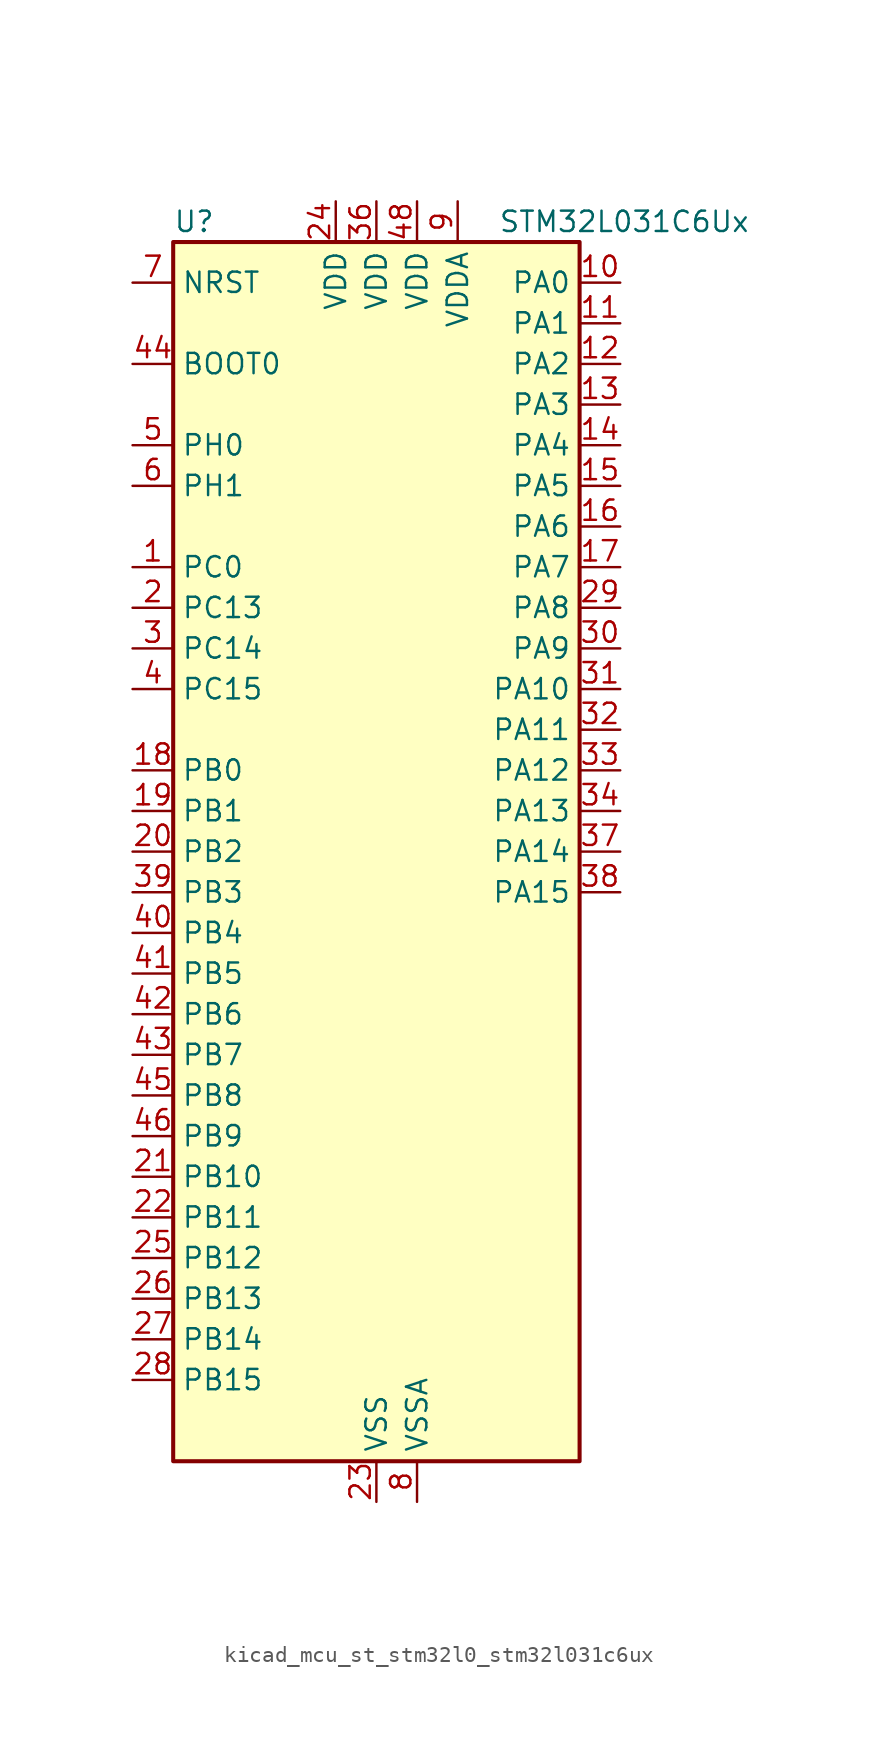
<source format=kicad_sym>
(kicad_symbol_lib
  (version 20220914)
  (generator kicad_symbol_editor)
  (symbol "kicad_mcu_st_stm32l0_stm32l031c6ux"
    (property "Reference" "U"
      (at -12.7 39.37 0)
      (effects (font (size 1.27 1.27)) (justify left)))
    (property "Value" "STM32L031C6Ux"
      (at 7.62 39.37 0)
      (effects (font (size 1.27 1.27)) (justify left)))
    (property "ki_locked" ""
      (at 0 0 0)
      (effects (font (size 1.27 1.27))))
    (symbol "kicad_mcu_st_stm32l0_stm32l031c6ux_0_1"
      (rectangle (start -12.7 -38.1) (end 12.7 38.1) (stroke (width 0.254) (type default)) (fill (type background))))
    (symbol "kicad_mcu_st_stm32l0_stm32l031c6ux_1_1"
      (pin bidirectional line (at -15.24 17.78 0) (length 2.54) (name "PC0" (effects (font (size 1.27 1.27)))) (number "1" (effects (font (size 1.27 1.27)))) (alternate "LPTIM1_IN1" bidirectional line) (alternate "LPUART1_RX" bidirectional line))
      (pin bidirectional line (at 15.24 35.56 180) (length 2.54) (name "PA0" (effects (font (size 1.27 1.27)))) (number "10" (effects (font (size 1.27 1.27)))) (alternate "ADC_IN0" bidirectional line) (alternate "COMP1_INM" bidirectional line) (alternate "COMP1_OUT" bidirectional line) (alternate "LPTIM1_IN1" bidirectional line) (alternate "RTC_TAMP2" bidirectional line) (alternate "SYS_WKUP1" bidirectional line) (alternate "TIM2_CH1" bidirectional line) (alternate "TIM2_ETR" bidirectional line) (alternate "USART2_CTS" bidirectional line))
      (pin bidirectional line (at 15.24 33.02 180) (length 2.54) (name "PA1" (effects (font (size 1.27 1.27)))) (number "11" (effects (font (size 1.27 1.27)))) (alternate "ADC_IN1" bidirectional line) (alternate "COMP1_INP" bidirectional line) (alternate "I2C1_SMBA" bidirectional line) (alternate "LPTIM1_IN2" bidirectional line) (alternate "TIM21_ETR" bidirectional line) (alternate "TIM2_CH2" bidirectional line) (alternate "USART2_DE" bidirectional line) (alternate "USART2_RTS" bidirectional line))
      (pin bidirectional line (at 15.24 30.48 180) (length 2.54) (name "PA2" (effects (font (size 1.27 1.27)))) (number "12" (effects (font (size 1.27 1.27)))) (alternate "ADC_IN2" bidirectional line) (alternate "COMP2_INM" bidirectional line) (alternate "COMP2_OUT" bidirectional line) (alternate "LPUART1_TX" bidirectional line) (alternate "RTC_OUT_ALARM" bidirectional line) (alternate "RTC_OUT_CALIB" bidirectional line) (alternate "RTC_TAMP3" bidirectional line) (alternate "RTC_TS" bidirectional line) (alternate "SYS_WKUP3" bidirectional line) (alternate "TIM21_CH1" bidirectional line) (alternate "TIM2_CH3" bidirectional line) (alternate "USART2_TX" bidirectional line))
      (pin bidirectional line (at 15.24 27.94 180) (length 2.54) (name "PA3" (effects (font (size 1.27 1.27)))) (number "13" (effects (font (size 1.27 1.27)))) (alternate "ADC_IN3" bidirectional line) (alternate "COMP2_INP" bidirectional line) (alternate "LPUART1_RX" bidirectional line) (alternate "TIM21_CH2" bidirectional line) (alternate "TIM2_CH4" bidirectional line) (alternate "USART2_RX" bidirectional line))
      (pin bidirectional line (at 15.24 25.4 180) (length 2.54) (name "PA4" (effects (font (size 1.27 1.27)))) (number "14" (effects (font (size 1.27 1.27)))) (alternate "ADC_IN4" bidirectional line) (alternate "COMP1_INM" bidirectional line) (alternate "COMP2_INM" bidirectional line) (alternate "LPTIM1_IN1" bidirectional line) (alternate "SPI1_NSS" bidirectional line) (alternate "TIM22_ETR" bidirectional line) (alternate "USART2_CK" bidirectional line))
      (pin bidirectional line (at 15.24 22.86 180) (length 2.54) (name "PA5" (effects (font (size 1.27 1.27)))) (number "15" (effects (font (size 1.27 1.27)))) (alternate "ADC_IN5" bidirectional line) (alternate "COMP1_INM" bidirectional line) (alternate "COMP2_INM" bidirectional line) (alternate "LPTIM1_IN2" bidirectional line) (alternate "SPI1_SCK" bidirectional line) (alternate "TIM2_CH1" bidirectional line) (alternate "TIM2_ETR" bidirectional line))
      (pin bidirectional line (at 15.24 20.32 180) (length 2.54) (name "PA6" (effects (font (size 1.27 1.27)))) (number "16" (effects (font (size 1.27 1.27)))) (alternate "ADC_IN6" bidirectional line) (alternate "COMP1_OUT" bidirectional line) (alternate "LPTIM1_ETR" bidirectional line) (alternate "LPUART1_CTS" bidirectional line) (alternate "SPI1_MISO" bidirectional line) (alternate "TIM22_CH1" bidirectional line))
      (pin bidirectional line (at 15.24 17.78 180) (length 2.54) (name "PA7" (effects (font (size 1.27 1.27)))) (number "17" (effects (font (size 1.27 1.27)))) (alternate "ADC_IN7" bidirectional line) (alternate "COMP2_OUT" bidirectional line) (alternate "LPTIM1_OUT" bidirectional line) (alternate "SPI1_MOSI" bidirectional line) (alternate "TIM22_CH2" bidirectional line) (alternate "USART2_CTS" bidirectional line))
      (pin bidirectional line (at -15.24 5.08 0) (length 2.54) (name "PB0" (effects (font (size 1.27 1.27)))) (number "18" (effects (font (size 1.27 1.27)))) (alternate "ADC_IN8" bidirectional line) (alternate "SPI1_MISO" bidirectional line) (alternate "SYS_VREF_OUT_PB0" bidirectional line) (alternate "TIM2_CH3" bidirectional line) (alternate "USART2_DE" bidirectional line) (alternate "USART2_RTS" bidirectional line))
      (pin bidirectional line (at -15.24 2.54 0) (length 2.54) (name "PB1" (effects (font (size 1.27 1.27)))) (number "19" (effects (font (size 1.27 1.27)))) (alternate "ADC_IN9" bidirectional line) (alternate "LPUART1_DE" bidirectional line) (alternate "LPUART1_RTS" bidirectional line) (alternate "SPI1_MOSI" bidirectional line) (alternate "SYS_VREF_OUT_PB1" bidirectional line) (alternate "TIM2_CH4" bidirectional line) (alternate "USART2_CK" bidirectional line))
      (pin bidirectional line (at -15.24 15.24 0) (length 2.54) (name "PC13" (effects (font (size 1.27 1.27)))) (number "2" (effects (font (size 1.27 1.27)))) (alternate "RTC_TAMP1" bidirectional line) (alternate "SYS_WKUP2" bidirectional line))
      (pin bidirectional line (at -15.24 0 0) (length 2.54) (name "PB2" (effects (font (size 1.27 1.27)))) (number "20" (effects (font (size 1.27 1.27)))) (alternate "LPTIM1_OUT" bidirectional line))
      (pin bidirectional line (at -15.24 -20.32 0) (length 2.54) (name "PB10" (effects (font (size 1.27 1.27)))) (number "21" (effects (font (size 1.27 1.27)))) (alternate "LPUART1_TX" bidirectional line) (alternate "TIM2_CH3" bidirectional line))
      (pin bidirectional line (at -15.24 -22.86 0) (length 2.54) (name "PB11" (effects (font (size 1.27 1.27)))) (number "22" (effects (font (size 1.27 1.27)))) (alternate "ADC_EXTI11" bidirectional line) (alternate "LPUART1_RX" bidirectional line) (alternate "TIM2_CH4" bidirectional line))
      (pin power_in line (at 0 -40.64 90) (length 2.54) (name "VSS" (effects (font (size 1.27 1.27)))) (number "23" (effects (font (size 1.27 1.27)))))
      (pin power_in line (at -2.54 40.64 270) (length 2.54) (name "VDD" (effects (font (size 1.27 1.27)))) (number "24" (effects (font (size 1.27 1.27)))))
      (pin bidirectional line (at -15.24 -25.4 0) (length 2.54) (name "PB12" (effects (font (size 1.27 1.27)))) (number "25" (effects (font (size 1.27 1.27)))) (alternate "SPI1_NSS" bidirectional line))
      (pin bidirectional line (at -15.24 -27.94 0) (length 2.54) (name "PB13" (effects (font (size 1.27 1.27)))) (number "26" (effects (font (size 1.27 1.27)))) (alternate "LPUART1_CTS" bidirectional line) (alternate "RCC_MCO" bidirectional line) (alternate "SPI1_SCK" bidirectional line) (alternate "TIM21_CH1" bidirectional line))
      (pin bidirectional line (at -15.24 -30.48 0) (length 2.54) (name "PB14" (effects (font (size 1.27 1.27)))) (number "27" (effects (font (size 1.27 1.27)))) (alternate "LPUART1_DE" bidirectional line) (alternate "LPUART1_RTS" bidirectional line) (alternate "RTC_OUT_ALARM" bidirectional line) (alternate "RTC_OUT_CALIB" bidirectional line) (alternate "SPI1_MISO" bidirectional line) (alternate "TIM21_CH2" bidirectional line))
      (pin bidirectional line (at -15.24 -33.02 0) (length 2.54) (name "PB15" (effects (font (size 1.27 1.27)))) (number "28" (effects (font (size 1.27 1.27)))) (alternate "RTC_REFIN" bidirectional line) (alternate "SPI1_MOSI" bidirectional line))
      (pin bidirectional line (at 15.24 15.24 180) (length 2.54) (name "PA8" (effects (font (size 1.27 1.27)))) (number "29" (effects (font (size 1.27 1.27)))) (alternate "LPTIM1_IN1" bidirectional line) (alternate "RCC_MCO" bidirectional line) (alternate "TIM2_CH1" bidirectional line) (alternate "USART2_CK" bidirectional line))
      (pin bidirectional line (at -15.24 12.7 0) (length 2.54) (name "PC14" (effects (font (size 1.27 1.27)))) (number "3" (effects (font (size 1.27 1.27)))) (alternate "RCC_OSC32_IN" bidirectional line))
      (pin bidirectional line (at 15.24 12.7 180) (length 2.54) (name "PA9" (effects (font (size 1.27 1.27)))) (number "30" (effects (font (size 1.27 1.27)))) (alternate "I2C1_SCL" bidirectional line) (alternate "RCC_MCO" bidirectional line) (alternate "TIM22_CH1" bidirectional line) (alternate "USART2_TX" bidirectional line))
      (pin bidirectional line (at 15.24 10.16 180) (length 2.54) (name "PA10" (effects (font (size 1.27 1.27)))) (number "31" (effects (font (size 1.27 1.27)))) (alternate "I2C1_SDA" bidirectional line) (alternate "TIM22_CH2" bidirectional line) (alternate "USART2_RX" bidirectional line))
      (pin bidirectional line (at 15.24 7.62 180) (length 2.54) (name "PA11" (effects (font (size 1.27 1.27)))) (number "32" (effects (font (size 1.27 1.27)))) (alternate "ADC_EXTI11" bidirectional line) (alternate "COMP1_OUT" bidirectional line) (alternate "SPI1_MISO" bidirectional line) (alternate "TIM21_CH2" bidirectional line) (alternate "USART2_CTS" bidirectional line))
      (pin bidirectional line (at 15.24 5.08 180) (length 2.54) (name "PA12" (effects (font (size 1.27 1.27)))) (number "33" (effects (font (size 1.27 1.27)))) (alternate "COMP2_OUT" bidirectional line) (alternate "SPI1_MOSI" bidirectional line) (alternate "USART2_DE" bidirectional line) (alternate "USART2_RTS" bidirectional line))
      (pin bidirectional line (at 15.24 2.54 180) (length 2.54) (name "PA13" (effects (font (size 1.27 1.27)))) (number "34" (effects (font (size 1.27 1.27)))) (alternate "LPTIM1_ETR" bidirectional line) (alternate "LPUART1_RX" bidirectional line) (alternate "SYS_SWDIO" bidirectional line))
      (pin passive line (at 0 -40.64 90) (length 2.54) hide (name "VSS" (effects (font (size 1.27 1.27)))) (number "35" (effects (font (size 1.27 1.27)))))
      (pin power_in line (at 0 40.64 270) (length 2.54) (name "VDD" (effects (font (size 1.27 1.27)))) (number "36" (effects (font (size 1.27 1.27)))))
      (pin bidirectional line (at 15.24 0 180) (length 2.54) (name "PA14" (effects (font (size 1.27 1.27)))) (number "37" (effects (font (size 1.27 1.27)))) (alternate "I2C1_SMBA" bidirectional line) (alternate "LPTIM1_OUT" bidirectional line) (alternate "LPUART1_TX" bidirectional line) (alternate "SYS_SWCLK" bidirectional line) (alternate "USART2_TX" bidirectional line))
      (pin bidirectional line (at 15.24 -2.54 180) (length 2.54) (name "PA15" (effects (font (size 1.27 1.27)))) (number "38" (effects (font (size 1.27 1.27)))) (alternate "SPI1_NSS" bidirectional line) (alternate "TIM2_CH1" bidirectional line) (alternate "TIM2_ETR" bidirectional line) (alternate "USART2_RX" bidirectional line))
      (pin bidirectional line (at -15.24 -2.54 0) (length 2.54) (name "PB3" (effects (font (size 1.27 1.27)))) (number "39" (effects (font (size 1.27 1.27)))) (alternate "COMP2_INM" bidirectional line) (alternate "SPI1_SCK" bidirectional line) (alternate "TIM2_CH2" bidirectional line))
      (pin bidirectional line (at -15.24 10.16 0) (length 2.54) (name "PC15" (effects (font (size 1.27 1.27)))) (number "4" (effects (font (size 1.27 1.27)))) (alternate "RCC_OSC32_OUT" bidirectional line))
      (pin bidirectional line (at -15.24 -5.08 0) (length 2.54) (name "PB4" (effects (font (size 1.27 1.27)))) (number "40" (effects (font (size 1.27 1.27)))) (alternate "COMP2_INP" bidirectional line) (alternate "SPI1_MISO" bidirectional line) (alternate "TIM22_CH1" bidirectional line))
      (pin bidirectional line (at -15.24 -7.62 0) (length 2.54) (name "PB5" (effects (font (size 1.27 1.27)))) (number "41" (effects (font (size 1.27 1.27)))) (alternate "COMP2_INP" bidirectional line) (alternate "I2C1_SMBA" bidirectional line) (alternate "LPTIM1_IN1" bidirectional line) (alternate "SPI1_MOSI" bidirectional line) (alternate "TIM22_CH2" bidirectional line))
      (pin bidirectional line (at -15.24 -10.16 0) (length 2.54) (name "PB6" (effects (font (size 1.27 1.27)))) (number "42" (effects (font (size 1.27 1.27)))) (alternate "COMP2_INP" bidirectional line) (alternate "I2C1_SCL" bidirectional line) (alternate "LPTIM1_ETR" bidirectional line) (alternate "TIM21_CH1" bidirectional line) (alternate "USART2_TX" bidirectional line))
      (pin bidirectional line (at -15.24 -12.7 0) (length 2.54) (name "PB7" (effects (font (size 1.27 1.27)))) (number "43" (effects (font (size 1.27 1.27)))) (alternate "COMP2_INP" bidirectional line) (alternate "I2C1_SDA" bidirectional line) (alternate "LPTIM1_IN2" bidirectional line) (alternate "SYS_PVD_IN" bidirectional line) (alternate "USART2_RX" bidirectional line))
      (pin input line (at -15.24 30.48 0) (length 2.54) (name "BOOT0" (effects (font (size 1.27 1.27)))) (number "44" (effects (font (size 1.27 1.27)))))
      (pin bidirectional line (at -15.24 -15.24 0) (length 2.54) (name "PB8" (effects (font (size 1.27 1.27)))) (number "45" (effects (font (size 1.27 1.27)))) (alternate "I2C1_SCL" bidirectional line))
      (pin bidirectional line (at -15.24 -17.78 0) (length 2.54) (name "PB9" (effects (font (size 1.27 1.27)))) (number "46" (effects (font (size 1.27 1.27)))) (alternate "I2C1_SDA" bidirectional line))
      (pin passive line (at 0 -40.64 90) (length 2.54) hide (name "VSS" (effects (font (size 1.27 1.27)))) (number "47" (effects (font (size 1.27 1.27)))))
      (pin power_in line (at 2.54 40.64 270) (length 2.54) (name "VDD" (effects (font (size 1.27 1.27)))) (number "48" (effects (font (size 1.27 1.27)))))
      (pin passive line (at 0 -40.64 90) (length 2.54) hide (name "VSS" (effects (font (size 1.27 1.27)))) (number "49" (effects (font (size 1.27 1.27)))))
      (pin bidirectional line (at -15.24 25.4 0) (length 2.54) (name "PH0" (effects (font (size 1.27 1.27)))) (number "5" (effects (font (size 1.27 1.27)))) (alternate "RCC_OSC_IN" bidirectional line))
      (pin bidirectional line (at -15.24 22.86 0) (length 2.54) (name "PH1" (effects (font (size 1.27 1.27)))) (number "6" (effects (font (size 1.27 1.27)))) (alternate "RCC_OSC_OUT" bidirectional line))
      (pin input line (at -15.24 35.56 0) (length 2.54) (name "NRST" (effects (font (size 1.27 1.27)))) (number "7" (effects (font (size 1.27 1.27)))))
      (pin power_in line (at 2.54 -40.64 90) (length 2.54) (name "VSSA" (effects (font (size 1.27 1.27)))) (number "8" (effects (font (size 1.27 1.27)))))
      (pin power_in line (at 5.08 40.64 270) (length 2.54) (name "VDDA" (effects (font (size 1.27 1.27)))) (number "9" (effects (font (size 1.27 1.27))))))))
</source>
